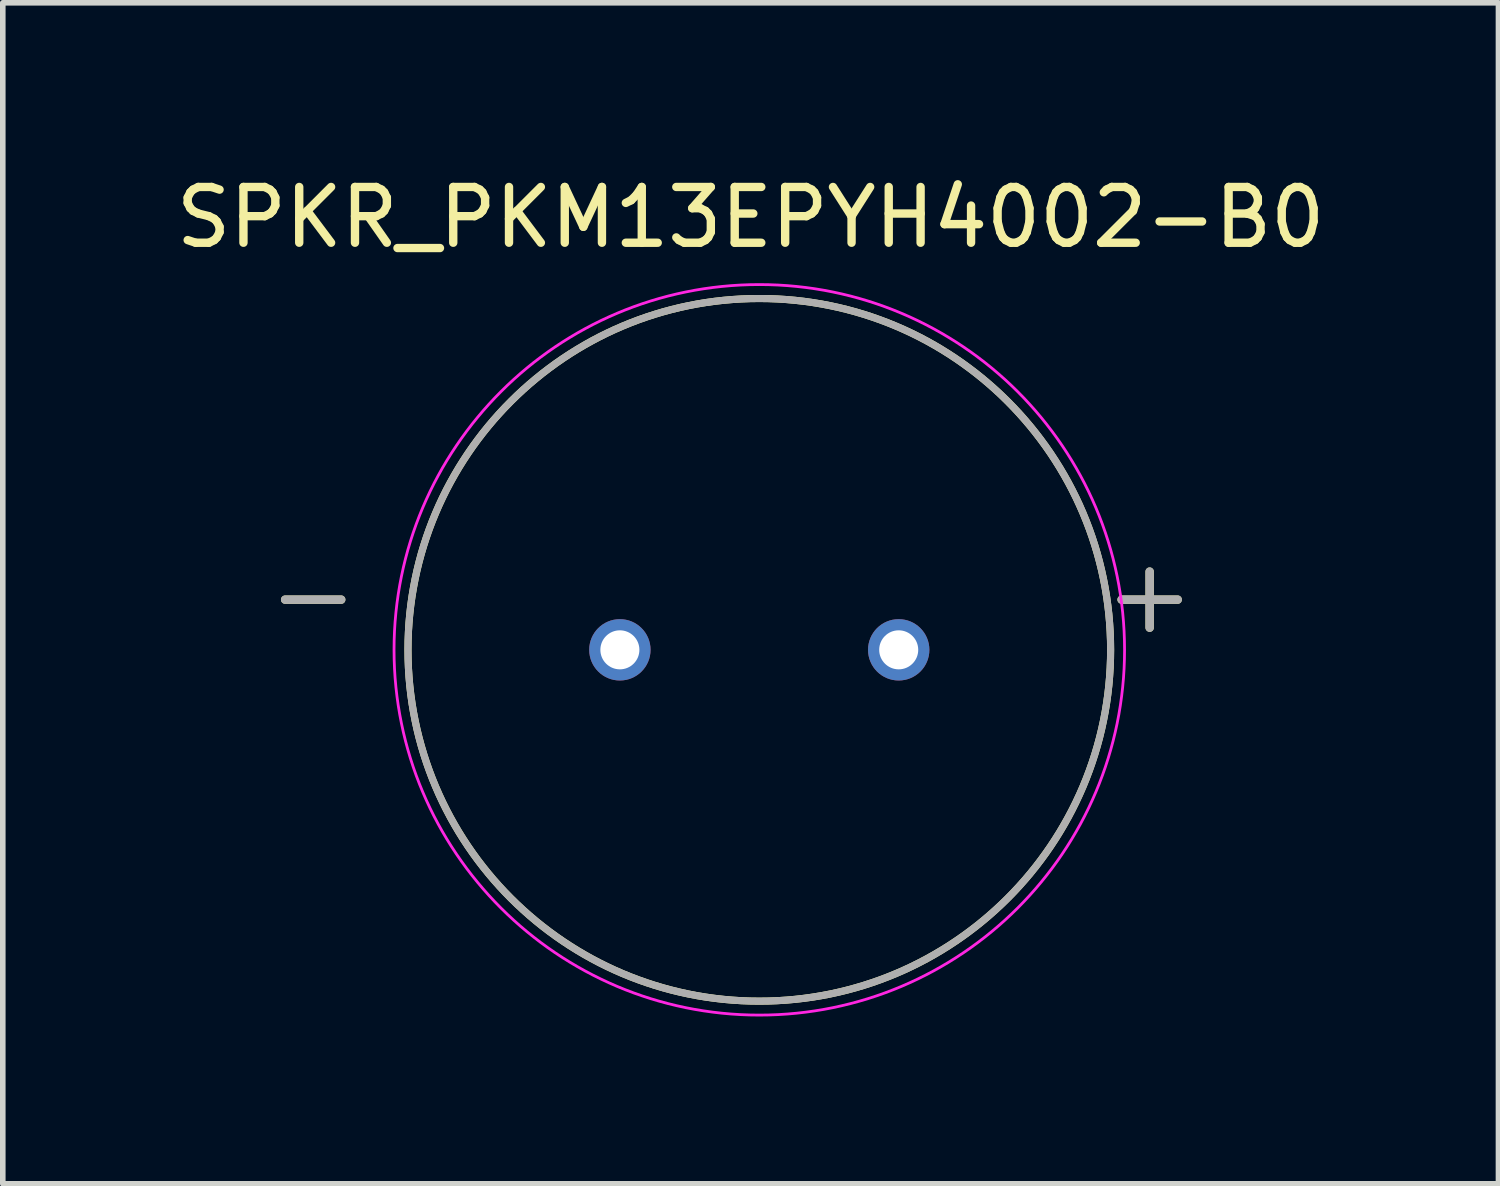
<source format=kicad_pcb>
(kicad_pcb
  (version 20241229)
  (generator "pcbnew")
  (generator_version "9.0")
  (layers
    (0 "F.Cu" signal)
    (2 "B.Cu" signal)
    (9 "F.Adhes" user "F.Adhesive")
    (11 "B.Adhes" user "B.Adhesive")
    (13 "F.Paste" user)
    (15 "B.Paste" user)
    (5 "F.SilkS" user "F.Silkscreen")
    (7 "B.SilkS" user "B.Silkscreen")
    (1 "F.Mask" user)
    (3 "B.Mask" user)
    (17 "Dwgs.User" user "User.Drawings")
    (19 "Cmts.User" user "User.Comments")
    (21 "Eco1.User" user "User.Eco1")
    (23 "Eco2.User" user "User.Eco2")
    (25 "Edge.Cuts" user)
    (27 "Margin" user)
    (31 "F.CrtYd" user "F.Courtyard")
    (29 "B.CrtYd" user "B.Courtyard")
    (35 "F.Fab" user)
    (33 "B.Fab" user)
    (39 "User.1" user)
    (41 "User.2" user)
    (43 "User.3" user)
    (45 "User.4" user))
  (footprint "SPKR_PKM13EPYH4002-B0"
    (layer "F.Cu")
    (at 10.566 8.603)
    (property "Reference" "SPKR_PKM13EPYH4002-B0" (at -0.155 -7.755 0) (layer "F.SilkS") (effects (font (size 1 1) (thickness 0.15))))
    (attr through_hole)
    (fp_circle (center 0 0) (end 6.3 0) (stroke (width 0.127) (type solid)) (fill no) (layer "F.SilkS"))
    (fp_circle (center 0 0) (end 6.55 0) (stroke (width 0.05) (type solid)) (fill no) (layer "F.CrtYd"))
    (fp_circle (center 0 0) (end 6.3 0) (stroke (width 0.127) (type solid)) (fill no) (layer "F.Fab"))
    (fp_text user "-" (at -8 -1 0) (layer "F.SilkS") (effects (font (size 1.32 1.32) (thickness 0.15))))
    (fp_text user "+" (at 7 -1 0) (layer "F.SilkS") (effects (font (size 1.32 1.32) (thickness 0.15))))
    (fp_text user "+" (at 7 -1 0) (layer "F.Fab") (effects (font (size 1.32 1.32) (thickness 0.15))))
    (fp_text user "-" (at -8 -1 0) (layer "F.Fab") (effects (font (size 1.32 1.32) (thickness 0.15))))
    (pad "N" thru_hole circle (at -2.5 0) (size 1.1 1.1) (drill 0.7) (layers "*.Cu" "*.Mask"))
    (pad "P" thru_hole circle (at 2.5 0) (size 1.1 1.1) (drill 0.7) (layers "*.Cu" "*.Mask")))
  (gr_rect
    (start -3 -3)
    (end 23.821 18.178)
    (stroke (width 0.1) (type default))
    (fill no)
    (layer "Edge.Cuts")))
</source>
